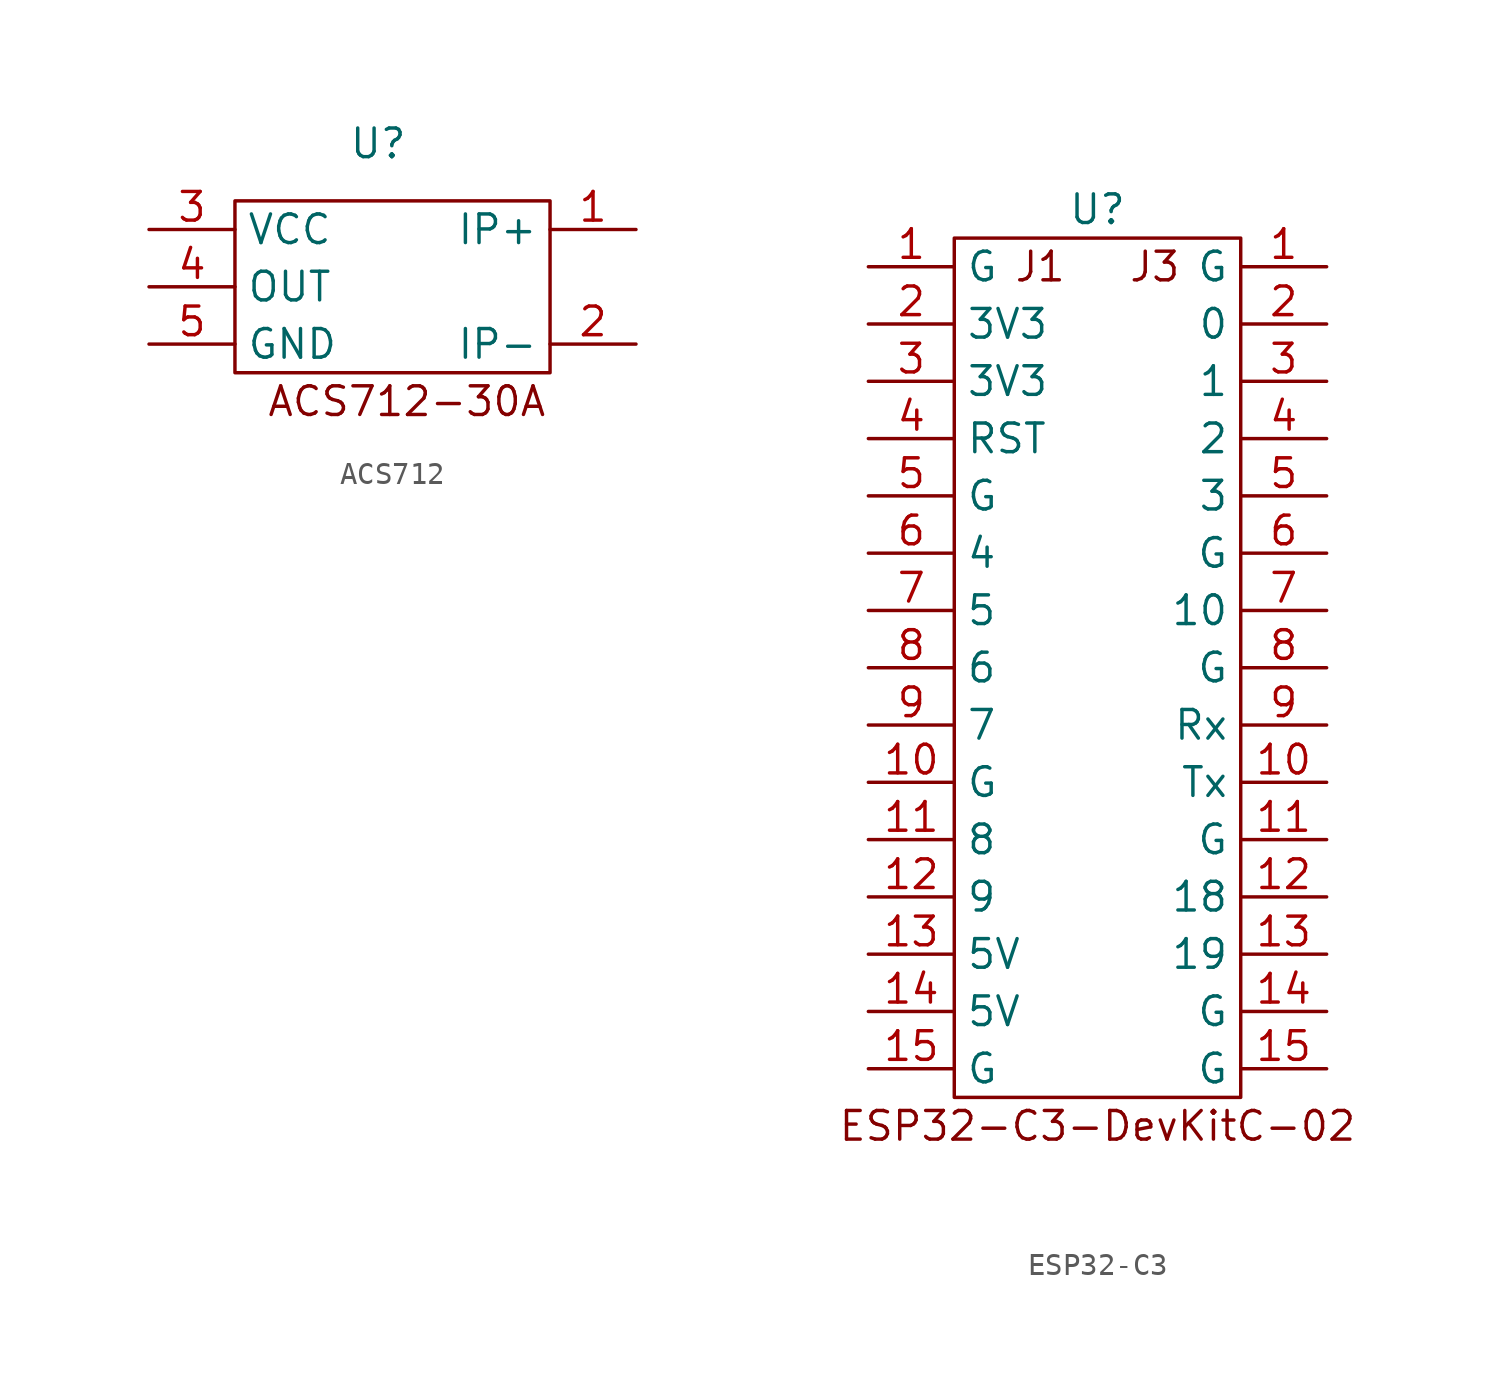
<source format=kicad_sym>
(kicad_symbol_lib
  (version 20220914)
  (generator kicad_symbol_editor)
  (symbol "ACS712"
    (property "Reference" "U"
      (at 0 0 0)
      (effects (font (size 1.27 1.27))))
    (property "Value" ""
      (at 0 0 0)
      (effects (font (size 1.27 1.27))))
    (symbol "ACS712_0_1"
      (rectangle (start -6.35 -2.54) (end 7.62 -10.16) (stroke (width 0) (type default)) (fill (type none))))
    (symbol "ACS712_1_1"
      (text "ACS712-30A" (at 1.27 -11.43 0) (effects (font (size 1.27 1.27))))
      (pin passive line (at 11.43 -3.81 180) (length 3.81) (name "IP+" (effects (font (size 1.27 1.27)))) (number "1" (effects (font (size 1.27 1.27)))))
      (pin passive line (at 11.43 -8.89 180) (length 3.81) (name "IP-" (effects (font (size 1.27 1.27)))) (number "2" (effects (font (size 1.27 1.27)))))
      (pin passive line (at -10.16 -3.81 0) (length 3.81) (name "VCC" (effects (font (size 1.27 1.27)))) (number "3" (effects (font (size 1.27 1.27)))))
      (pin passive line (at -10.16 -6.35 0) (length 3.81) (name "OUT" (effects (font (size 1.27 1.27)))) (number "4" (effects (font (size 1.27 1.27)))))
      (pin passive line (at -10.16 -8.89 0) (length 3.81) (name "GND" (effects (font (size 1.27 1.27)))) (number "5" (effects (font (size 1.27 1.27)))))))
  (symbol "ESP32-C3"
    (property "Reference" "U"
      (at 0 0 0)
      (effects (font (size 1.27 1.27))))
    (property "Value" ""
      (at 0 0 0)
      (effects (font (size 1.27 1.27))))
    (symbol "ESP32-C3_0_1"
      (rectangle (start -6.35 -1.27) (end 6.35 -39.37) (stroke (width 0) (type default)) (fill (type none))))
    (symbol "ESP32-C3_1_1"
      (text "ESP32-C3-DevKitC-02" (at 0 -40.64 0) (effects (font (size 1.27 1.27))))
      (text "J1" (at -2.54 -2.54 0) (effects (font (size 1.27 1.27))))
      (text "J3" (at 2.54 -2.54 0) (effects (font (size 1.27 1.27))))
      (pin passive line (at -10.16 -2.54 0) (length 3.81) (name "G" (effects (font (size 1.27 1.27)))) (number "1" (effects (font (size 1.27 1.27)))))
      (pin passive line (at 10.16 -2.54 180) (length 3.81) (name "G" (effects (font (size 1.27 1.27)))) (number "1" (effects (font (size 1.27 1.27)))))
      (pin passive line (at -10.16 -25.4 0) (length 3.81) (name "G" (effects (font (size 1.27 1.27)))) (number "10" (effects (font (size 1.27 1.27)))))
      (pin passive line (at 10.16 -25.4 180) (length 3.81) (name "Tx" (effects (font (size 1.27 1.27)))) (number "10" (effects (font (size 1.27 1.27)))))
      (pin passive line (at -10.16 -27.94 0) (length 3.81) (name "8" (effects (font (size 1.27 1.27)))) (number "11" (effects (font (size 1.27 1.27)))))
      (pin passive line (at 10.16 -27.94 180) (length 3.81) (name "G" (effects (font (size 1.27 1.27)))) (number "11" (effects (font (size 1.27 1.27)))))
      (pin passive line (at 10.16 -30.48 180) (length 3.81) (name "18" (effects (font (size 1.27 1.27)))) (number "12" (effects (font (size 1.27 1.27)))))
      (pin passive line (at -10.16 -30.48 0) (length 3.81) (name "9" (effects (font (size 1.27 1.27)))) (number "12" (effects (font (size 1.27 1.27)))))
      (pin passive line (at 10.16 -33.02 180) (length 3.81) (name "19" (effects (font (size 1.27 1.27)))) (number "13" (effects (font (size 1.27 1.27)))))
      (pin passive line (at -10.16 -33.02 0) (length 3.81) (name "5V" (effects (font (size 1.27 1.27)))) (number "13" (effects (font (size 1.27 1.27)))))
      (pin passive line (at -10.16 -35.56 0) (length 3.81) (name "5V" (effects (font (size 1.27 1.27)))) (number "14" (effects (font (size 1.27 1.27)))))
      (pin passive line (at 10.16 -35.56 180) (length 3.81) (name "G" (effects (font (size 1.27 1.27)))) (number "14" (effects (font (size 1.27 1.27)))))
      (pin passive line (at -10.16 -38.1 0) (length 3.81) (name "G" (effects (font (size 1.27 1.27)))) (number "15" (effects (font (size 1.27 1.27)))))
      (pin passive line (at 10.16 -38.1 180) (length 3.81) (name "G" (effects (font (size 1.27 1.27)))) (number "15" (effects (font (size 1.27 1.27)))))
      (pin passive line (at 10.16 -5.08 180) (length 3.81) (name "0" (effects (font (size 1.27 1.27)))) (number "2" (effects (font (size 1.27 1.27)))))
      (pin passive line (at -10.16 -5.08 0) (length 3.81) (name "3V3" (effects (font (size 1.27 1.27)))) (number "2" (effects (font (size 1.27 1.27)))))
      (pin passive line (at 10.16 -7.62 180) (length 3.81) (name "1" (effects (font (size 1.27 1.27)))) (number "3" (effects (font (size 1.27 1.27)))))
      (pin passive line (at -10.16 -7.62 0) (length 3.81) (name "3V3" (effects (font (size 1.27 1.27)))) (number "3" (effects (font (size 1.27 1.27)))))
      (pin passive line (at 10.16 -10.16 180) (length 3.81) (name "2" (effects (font (size 1.27 1.27)))) (number "4" (effects (font (size 1.27 1.27)))))
      (pin passive line (at -10.16 -10.16 0) (length 3.81) (name "RST" (effects (font (size 1.27 1.27)))) (number "4" (effects (font (size 1.27 1.27)))))
      (pin passive line (at 10.16 -12.7 180) (length 3.81) (name "3" (effects (font (size 1.27 1.27)))) (number "5" (effects (font (size 1.27 1.27)))))
      (pin passive line (at -10.16 -12.7 0) (length 3.81) (name "G" (effects (font (size 1.27 1.27)))) (number "5" (effects (font (size 1.27 1.27)))))
      (pin passive line (at -10.16 -15.24 0) (length 3.81) (name "4" (effects (font (size 1.27 1.27)))) (number "6" (effects (font (size 1.27 1.27)))))
      (pin passive line (at 10.16 -15.24 180) (length 3.81) (name "G" (effects (font (size 1.27 1.27)))) (number "6" (effects (font (size 1.27 1.27)))))
      (pin passive line (at 10.16 -17.78 180) (length 3.81) (name "10" (effects (font (size 1.27 1.27)))) (number "7" (effects (font (size 1.27 1.27)))))
      (pin passive line (at -10.16 -17.78 0) (length 3.81) (name "5" (effects (font (size 1.27 1.27)))) (number "7" (effects (font (size 1.27 1.27)))))
      (pin passive line (at -10.16 -20.32 0) (length 3.81) (name "6" (effects (font (size 1.27 1.27)))) (number "8" (effects (font (size 1.27 1.27)))))
      (pin passive line (at 10.16 -20.32 180) (length 3.81) (name "G" (effects (font (size 1.27 1.27)))) (number "8" (effects (font (size 1.27 1.27)))))
      (pin passive line (at -10.16 -22.86 0) (length 3.81) (name "7" (effects (font (size 1.27 1.27)))) (number "9" (effects (font (size 1.27 1.27)))))
      (pin passive line (at 10.16 -22.86 180) (length 3.81) (name "Rx" (effects (font (size 1.27 1.27)))) (number "9" (effects (font (size 1.27 1.27))))))))
</source>
